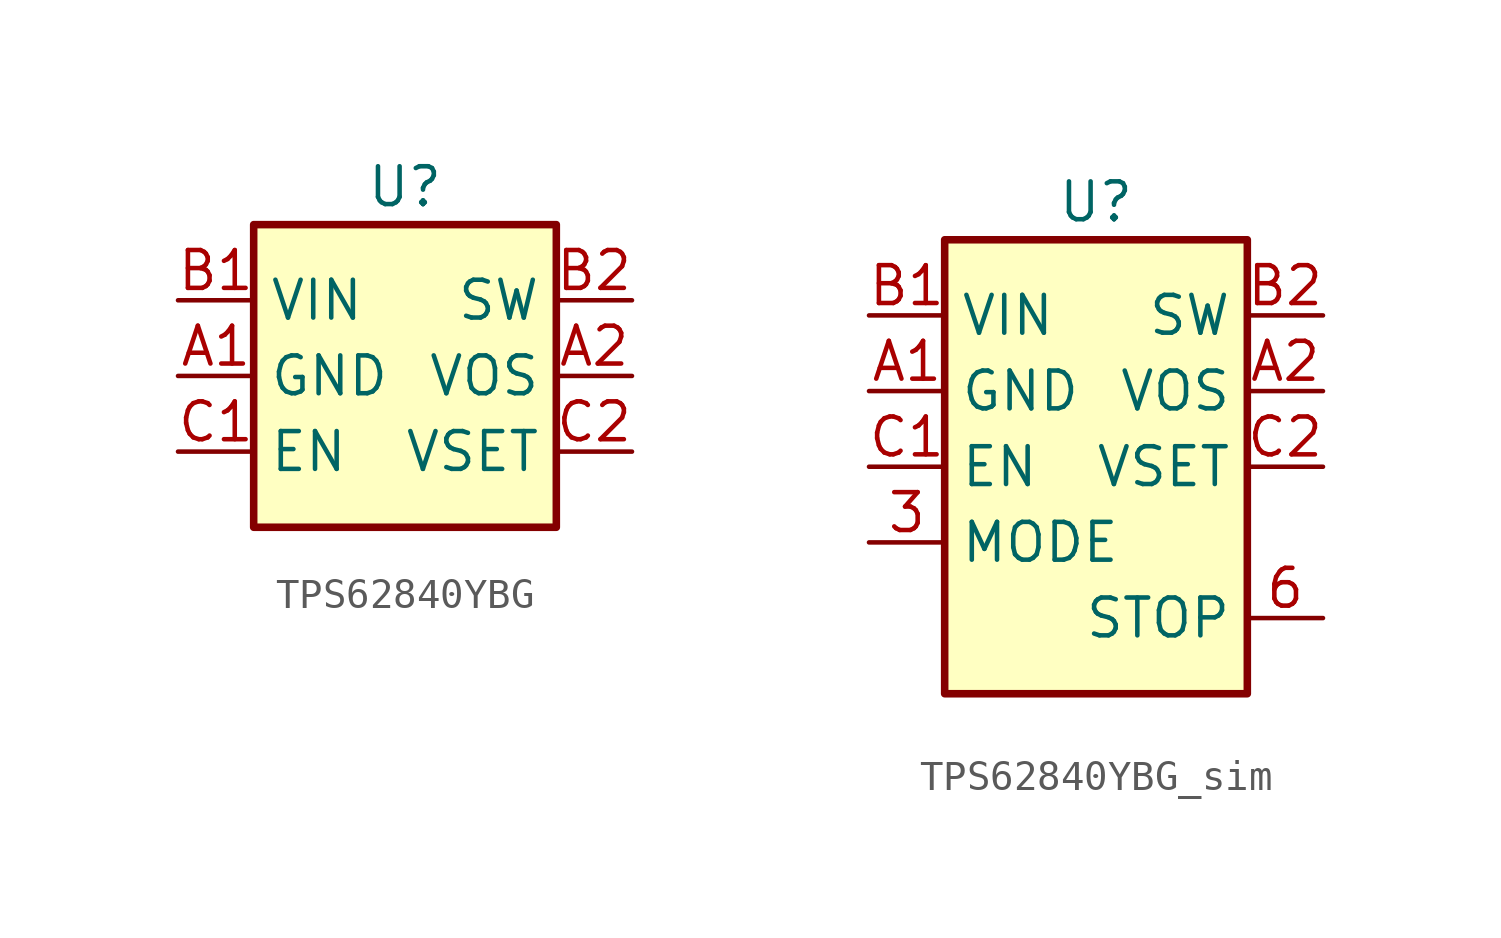
<source format=kicad_sym>
(kicad_symbol_lib
  (version 20241209)
  (generator "kicad_symbol_editor")
  (generator_version "9.0")
  (symbol "TPS62840YBG"
    (property "Reference" "U"
      (at 0 6.35 0)
      (effects (font (size 1.27 1.27))))
    (property "Value" ""
      (at 0 0 0)
      (effects (font (size 1.27 1.27))))
    (symbol "TPS62840YBG_0_1"
      (rectangle (start -5.08 5.08) (end 5.08 -5.08) (stroke (width 0.254) (type default)) (fill (type background))))
    (symbol "TPS62840YBG_1_1"
      (pin power_in line (at -7.62 2.54 0) (length 2.54) (name "VIN" (effects (font (size 1.27 1.27)))) (number "B1" (effects (font (size 1.27 1.27)))))
      (pin power_in line (at -7.62 0 0) (length 2.54) (name "GND" (effects (font (size 1.27 1.27)))) (number "A1" (effects (font (size 1.27 1.27)))))
      (pin input line (at -7.62 -2.54 0) (length 2.54) (name "EN" (effects (font (size 1.27 1.27)))) (number "C1" (effects (font (size 1.27 1.27)))))
      (pin open_collector line (at 7.62 2.54 180) (length 2.54) (name "SW" (effects (font (size 1.27 1.27)))) (number "B2" (effects (font (size 1.27 1.27)))))
      (pin input line (at 7.62 0 180) (length 2.54) (name "VOS" (effects (font (size 1.27 1.27)))) (number "A2" (effects (font (size 1.27 1.27)))))
      (pin input line (at 7.62 -2.54 180) (length 2.54) (name "VSET" (effects (font (size 1.27 1.27)))) (number "C2" (effects (font (size 1.27 1.27)))))))
  (symbol "TPS62840YBG_sim"
    (property "Reference" "U"
      (at 0 6.35 0)
      (effects (font (size 1.27 1.27))))
    (property "Value" ""
      (at 0 0 0)
      (effects (font (size 1.27 1.27))))
    (symbol "TPS62840YBG_sim_0_1"
      (rectangle (start -5.08 5.08) (end 5.08 -10.16) (stroke (width 0.254) (type default)) (fill (type background))))
    (symbol "TPS62840YBG_sim_1_1"
      (pin power_in line (at -7.62 2.54 0) (length 2.54) (name "VIN" (effects (font (size 1.27 1.27)))) (number "B1" (effects (font (size 1.27 1.27)))))
      (pin power_in line (at -7.62 0 0) (length 2.54) (name "GND" (effects (font (size 1.27 1.27)))) (number "A1" (effects (font (size 1.27 1.27)))))
      (pin input line (at -7.62 -2.54 0) (length 2.54) (name "EN" (effects (font (size 1.27 1.27)))) (number "C1" (effects (font (size 1.27 1.27)))))
      (pin input line (at -7.62 -5.08 0) (length 2.54) (name "MODE" (effects (font (size 1.27 1.27)))) (number "3" (effects (font (size 1.27 1.27)))))
      (pin open_collector line (at 7.62 2.54 180) (length 2.54) (name "SW" (effects (font (size 1.27 1.27)))) (number "B2" (effects (font (size 1.27 1.27)))))
      (pin input line (at 7.62 0 180) (length 2.54) (name "VOS" (effects (font (size 1.27 1.27)))) (number "A2" (effects (font (size 1.27 1.27)))))
      (pin input line (at 7.62 -2.54 180) (length 2.54) (name "VSET" (effects (font (size 1.27 1.27)))) (number "C2" (effects (font (size 1.27 1.27)))))
      (pin input line (at 7.62 -7.62 180) (length 2.54) (name "STOP" (effects (font (size 1.27 1.27)))) (number "6" (effects (font (size 1.27 1.27))))))))
</source>
